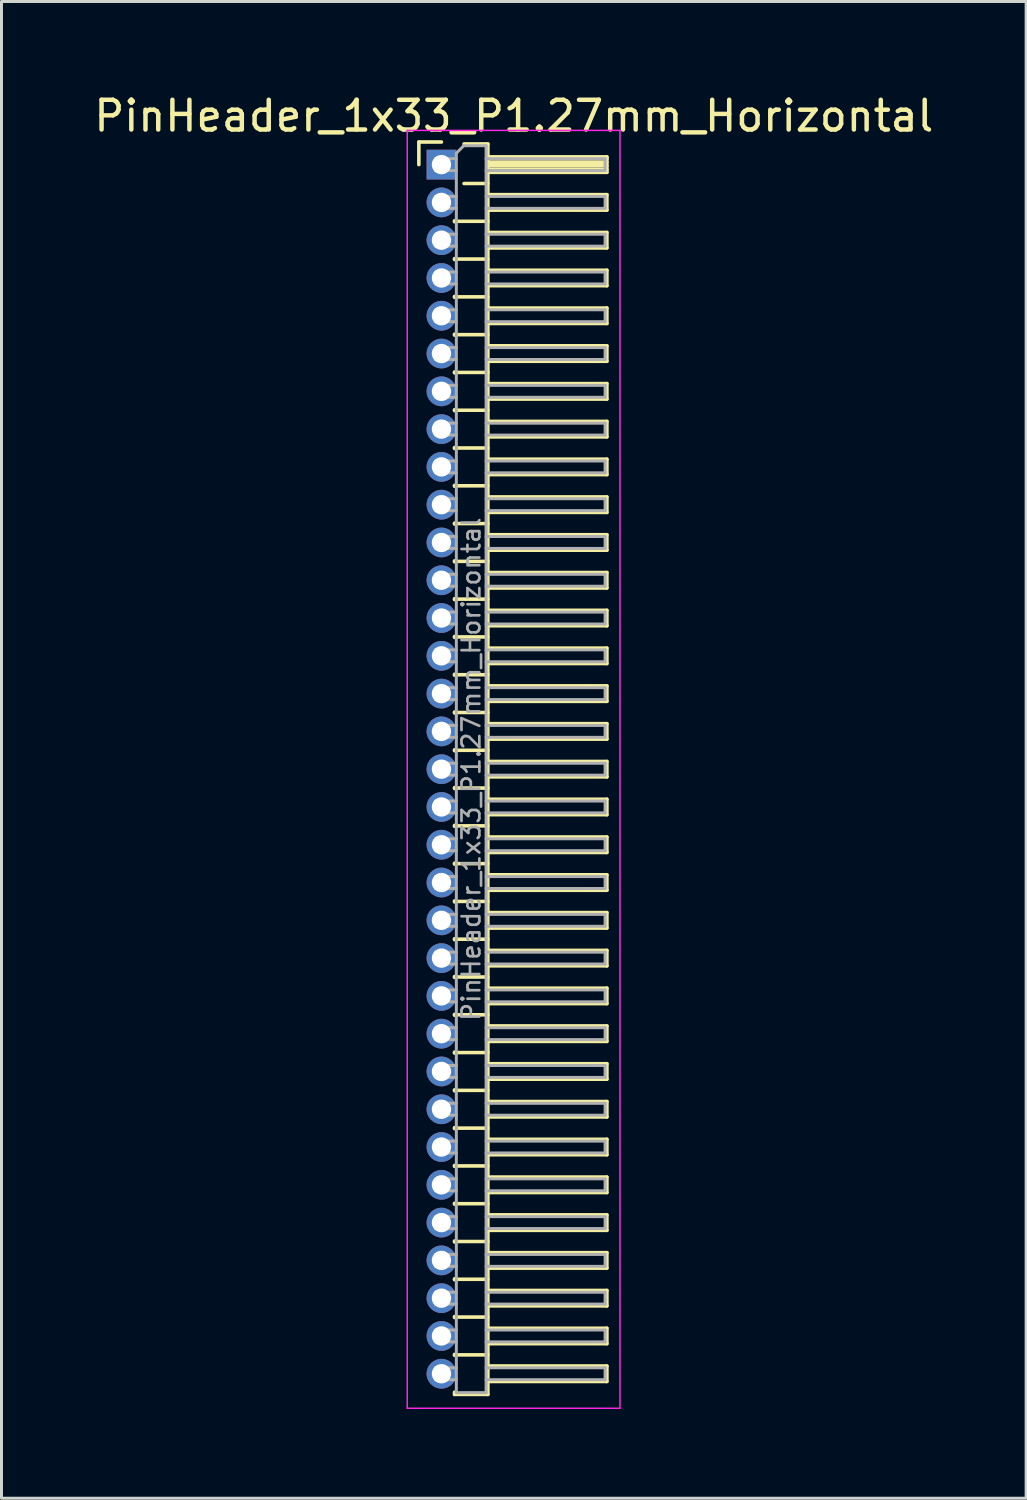
<source format=kicad_pcb>
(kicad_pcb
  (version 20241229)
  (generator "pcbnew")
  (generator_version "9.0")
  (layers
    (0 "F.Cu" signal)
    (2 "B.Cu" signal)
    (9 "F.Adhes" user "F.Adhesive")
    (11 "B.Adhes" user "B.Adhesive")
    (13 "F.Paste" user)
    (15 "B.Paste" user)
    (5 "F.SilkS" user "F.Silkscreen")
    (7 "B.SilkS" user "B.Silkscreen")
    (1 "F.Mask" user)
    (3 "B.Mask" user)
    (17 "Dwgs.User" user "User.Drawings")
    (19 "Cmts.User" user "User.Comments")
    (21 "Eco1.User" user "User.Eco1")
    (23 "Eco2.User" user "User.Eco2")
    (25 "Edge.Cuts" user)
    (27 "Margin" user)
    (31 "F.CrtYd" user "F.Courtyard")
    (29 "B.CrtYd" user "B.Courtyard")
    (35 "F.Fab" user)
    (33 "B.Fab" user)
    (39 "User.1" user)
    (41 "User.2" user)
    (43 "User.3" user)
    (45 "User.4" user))
  (footprint "PinHeader_1x33_P1.27mm_Horizontal"
    (layer "F.Cu")
    (at 11.788 2.483)
    (property "Reference" "PinHeader_1x33_P1.27mm_Horizontal" (at 2.433 -1.635 0) (layer "F.SilkS") (effects (font (size 1 1) (thickness 0.15))))
    (attr through_hole)
    (fp_line (start -0.76 -0.76) (end 0 -0.76) (stroke (width 0.12) (type solid)) (layer "F.SilkS"))
    (fp_line (start -0.76 0) (end -0.76 -0.76) (stroke (width 0.12) (type solid)) (layer "F.SilkS"))
    (fp_line (start 0.44 1.89) (end 0.44 1.92) (stroke (width 0.12) (type solid)) (layer "F.SilkS"))
    (fp_line (start 0.44 1.905) (end 1.56 1.905) (stroke (width 0.12) (type solid)) (layer "F.SilkS"))
    (fp_line (start 0.44 3.16) (end 0.44 3.19) (stroke (width 0.12) (type solid)) (layer "F.SilkS"))
    (fp_line (start 0.44 3.175) (end 1.56 3.175) (stroke (width 0.12) (type solid)) (layer "F.SilkS"))
    (fp_line (start 0.44 4.43) (end 0.44 4.46) (stroke (width 0.12) (type solid)) (layer "F.SilkS"))
    (fp_line (start 0.44 4.445) (end 1.56 4.445) (stroke (width 0.12) (type solid)) (layer "F.SilkS"))
    (fp_line (start 0.44 5.7) (end 0.44 5.73) (stroke (width 0.12) (type solid)) (layer "F.SilkS"))
    (fp_line (start 0.44 5.715) (end 1.56 5.715) (stroke (width 0.12) (type solid)) (layer "F.SilkS"))
    (fp_line (start 0.44 6.97) (end 0.44 7) (stroke (width 0.12) (type solid)) (layer "F.SilkS"))
    (fp_line (start 0.44 6.985) (end 1.56 6.985) (stroke (width 0.12) (type solid)) (layer "F.SilkS"))
    (fp_line (start 0.44 8.24) (end 0.44 8.27) (stroke (width 0.12) (type solid)) (layer "F.SilkS"))
    (fp_line (start 0.44 8.255) (end 1.56 8.255) (stroke (width 0.12) (type solid)) (layer "F.SilkS"))
    (fp_line (start 0.44 9.51) (end 0.44 9.54) (stroke (width 0.12) (type solid)) (layer "F.SilkS"))
    (fp_line (start 0.44 9.525) (end 1.56 9.525) (stroke (width 0.12) (type solid)) (layer "F.SilkS"))
    (fp_line (start 0.44 10.78) (end 0.44 10.81) (stroke (width 0.12) (type solid)) (layer "F.SilkS"))
    (fp_line (start 0.44 10.795) (end 1.56 10.795) (stroke (width 0.12) (type solid)) (layer "F.SilkS"))
    (fp_line (start 0.44 12.05) (end 0.44 12.08) (stroke (width 0.12) (type solid)) (layer "F.SilkS"))
    (fp_line (start 0.44 12.065) (end 1.56 12.065) (stroke (width 0.12) (type solid)) (layer "F.SilkS"))
    (fp_line (start 0.44 13.32) (end 0.44 13.35) (stroke (width 0.12) (type solid)) (layer "F.SilkS"))
    (fp_line (start 0.44 13.335) (end 1.56 13.335) (stroke (width 0.12) (type solid)) (layer "F.SilkS"))
    (fp_line (start 0.44 14.59) (end 0.44 14.62) (stroke (width 0.12) (type solid)) (layer "F.SilkS"))
    (fp_line (start 0.44 14.605) (end 1.56 14.605) (stroke (width 0.12) (type solid)) (layer "F.SilkS"))
    (fp_line (start 0.44 15.86) (end 0.44 15.89) (stroke (width 0.12) (type solid)) (layer "F.SilkS"))
    (fp_line (start 0.44 15.875) (end 1.56 15.875) (stroke (width 0.12) (type solid)) (layer "F.SilkS"))
    (fp_line (start 0.44 17.13) (end 0.44 17.16) (stroke (width 0.12) (type solid)) (layer "F.SilkS"))
    (fp_line (start 0.44 17.145) (end 1.56 17.145) (stroke (width 0.12) (type solid)) (layer "F.SilkS"))
    (fp_line (start 0.44 18.4) (end 0.44 18.43) (stroke (width 0.12) (type solid)) (layer "F.SilkS"))
    (fp_line (start 0.44 18.415) (end 1.56 18.415) (stroke (width 0.12) (type solid)) (layer "F.SilkS"))
    (fp_line (start 0.44 19.67) (end 0.44 19.7) (stroke (width 0.12) (type solid)) (layer "F.SilkS"))
    (fp_line (start 0.44 19.685) (end 1.56 19.685) (stroke (width 0.12) (type solid)) (layer "F.SilkS"))
    (fp_line (start 0.44 20.94) (end 0.44 20.97) (stroke (width 0.12) (type solid)) (layer "F.SilkS"))
    (fp_line (start 0.44 20.955) (end 1.56 20.955) (stroke (width 0.12) (type solid)) (layer "F.SilkS"))
    (fp_line (start 0.44 22.21) (end 0.44 22.24) (stroke (width 0.12) (type solid)) (layer "F.SilkS"))
    (fp_line (start 0.44 22.225) (end 1.56 22.225) (stroke (width 0.12) (type solid)) (layer "F.SilkS"))
    (fp_line (start 0.44 23.48) (end 0.44 23.51) (stroke (width 0.12) (type solid)) (layer "F.SilkS"))
    (fp_line (start 0.44 23.495) (end 1.56 23.495) (stroke (width 0.12) (type solid)) (layer "F.SilkS"))
    (fp_line (start 0.44 24.75) (end 0.44 24.78) (stroke (width 0.12) (type solid)) (layer "F.SilkS"))
    (fp_line (start 0.44 24.765) (end 1.56 24.765) (stroke (width 0.12) (type solid)) (layer "F.SilkS"))
    (fp_line (start 0.44 26.02) (end 0.44 26.05) (stroke (width 0.12) (type solid)) (layer "F.SilkS"))
    (fp_line (start 0.44 26.035) (end 1.56 26.035) (stroke (width 0.12) (type solid)) (layer "F.SilkS"))
    (fp_line (start 0.44 27.29) (end 0.44 27.32) (stroke (width 0.12) (type solid)) (layer "F.SilkS"))
    (fp_line (start 0.44 27.305) (end 1.56 27.305) (stroke (width 0.12) (type solid)) (layer "F.SilkS"))
    (fp_line (start 0.44 28.56) (end 0.44 28.59) (stroke (width 0.12) (type solid)) (layer "F.SilkS"))
    (fp_line (start 0.44 28.575) (end 1.56 28.575) (stroke (width 0.12) (type solid)) (layer "F.SilkS"))
    (fp_line (start 0.44 29.83) (end 0.44 29.86) (stroke (width 0.12) (type solid)) (layer "F.SilkS"))
    (fp_line (start 0.44 29.845) (end 1.56 29.845) (stroke (width 0.12) (type solid)) (layer "F.SilkS"))
    (fp_line (start 0.44 31.1) (end 0.44 31.13) (stroke (width 0.12) (type solid)) (layer "F.SilkS"))
    (fp_line (start 0.44 31.115) (end 1.56 31.115) (stroke (width 0.12) (type solid)) (layer "F.SilkS"))
    (fp_line (start 0.44 32.37) (end 0.44 32.4) (stroke (width 0.12) (type solid)) (layer "F.SilkS"))
    (fp_line (start 0.44 32.385) (end 1.56 32.385) (stroke (width 0.12) (type solid)) (layer "F.SilkS"))
    (fp_line (start 0.44 33.64) (end 0.44 33.67) (stroke (width 0.12) (type solid)) (layer "F.SilkS"))
    (fp_line (start 0.44 33.655) (end 1.56 33.655) (stroke (width 0.12) (type solid)) (layer "F.SilkS"))
    (fp_line (start 0.44 34.91) (end 0.44 34.94) (stroke (width 0.12) (type solid)) (layer "F.SilkS"))
    (fp_line (start 0.44 34.925) (end 1.56 34.925) (stroke (width 0.12) (type solid)) (layer "F.SilkS"))
    (fp_line (start 0.44 36.18) (end 0.44 36.21) (stroke (width 0.12) (type solid)) (layer "F.SilkS"))
    (fp_line (start 0.44 36.195) (end 1.56 36.195) (stroke (width 0.12) (type solid)) (layer "F.SilkS"))
    (fp_line (start 0.44 37.45) (end 0.44 37.48) (stroke (width 0.12) (type solid)) (layer "F.SilkS"))
    (fp_line (start 0.44 37.465) (end 1.56 37.465) (stroke (width 0.12) (type solid)) (layer "F.SilkS"))
    (fp_line (start 0.44 38.72) (end 0.44 38.75) (stroke (width 0.12) (type solid)) (layer "F.SilkS"))
    (fp_line (start 0.44 38.735) (end 1.56 38.735) (stroke (width 0.12) (type solid)) (layer "F.SilkS"))
    (fp_line (start 0.44 39.99) (end 0.44 40.02) (stroke (width 0.12) (type solid)) (layer "F.SilkS"))
    (fp_line (start 0.44 40.005) (end 1.56 40.005) (stroke (width 0.12) (type solid)) (layer "F.SilkS"))
    (fp_line (start 0.44 41.335) (end 0.44 41.26) (stroke (width 0.12) (type solid)) (layer "F.SilkS"))
    (fp_line (start 0.76 -0.695) (end 1.56 -0.695) (stroke (width 0.12) (type solid)) (layer "F.SilkS"))
    (fp_line (start 0.76 0.635) (end 1.56 0.635) (stroke (width 0.12) (type solid)) (layer "F.SilkS"))
    (fp_line (start 1.56 -0.695) (end 1.56 41.335) (stroke (width 0.12) (type solid)) (layer "F.SilkS"))
    (fp_line (start 1.56 -0.26) (end 5.56 -0.26) (stroke (width 0.12) (type solid)) (layer "F.SilkS"))
    (fp_line (start 1.56 -0.2) (end 5.56 -0.2) (stroke (width 0.12) (type solid)) (layer "F.SilkS"))
    (fp_line (start 1.56 -0.08) (end 5.56 -0.08) (stroke (width 0.12) (type solid)) (layer "F.SilkS"))
    (fp_line (start 1.56 0.04) (end 5.56 0.04) (stroke (width 0.12) (type solid)) (layer "F.SilkS"))
    (fp_line (start 1.56 0.16) (end 5.56 0.16) (stroke (width 0.12) (type solid)) (layer "F.SilkS"))
    (fp_line (start 1.56 1.01) (end 5.56 1.01) (stroke (width 0.12) (type solid)) (layer "F.SilkS"))
    (fp_line (start 1.56 2.28) (end 5.56 2.28) (stroke (width 0.12) (type solid)) (layer "F.SilkS"))
    (fp_line (start 1.56 3.55) (end 5.56 3.55) (stroke (width 0.12) (type solid)) (layer "F.SilkS"))
    (fp_line (start 1.56 4.82) (end 5.56 4.82) (stroke (width 0.12) (type solid)) (layer "F.SilkS"))
    (fp_line (start 1.56 6.09) (end 5.56 6.09) (stroke (width 0.12) (type solid)) (layer "F.SilkS"))
    (fp_line (start 1.56 7.36) (end 5.56 7.36) (stroke (width 0.12) (type solid)) (layer "F.SilkS"))
    (fp_line (start 1.56 8.63) (end 5.56 8.63) (stroke (width 0.12) (type solid)) (layer "F.SilkS"))
    (fp_line (start 1.56 9.9) (end 5.56 9.9) (stroke (width 0.12) (type solid)) (layer "F.SilkS"))
    (fp_line (start 1.56 11.17) (end 5.56 11.17) (stroke (width 0.12) (type solid)) (layer "F.SilkS"))
    (fp_line (start 1.56 12.44) (end 5.56 12.44) (stroke (width 0.12) (type solid)) (layer "F.SilkS"))
    (fp_line (start 1.56 13.71) (end 5.56 13.71) (stroke (width 0.12) (type solid)) (layer "F.SilkS"))
    (fp_line (start 1.56 14.98) (end 5.56 14.98) (stroke (width 0.12) (type solid)) (layer "F.SilkS"))
    (fp_line (start 1.56 16.25) (end 5.56 16.25) (stroke (width 0.12) (type solid)) (layer "F.SilkS"))
    (fp_line (start 1.56 17.52) (end 5.56 17.52) (stroke (width 0.12) (type solid)) (layer "F.SilkS"))
    (fp_line (start 1.56 18.79) (end 5.56 18.79) (stroke (width 0.12) (type solid)) (layer "F.SilkS"))
    (fp_line (start 1.56 20.06) (end 5.56 20.06) (stroke (width 0.12) (type solid)) (layer "F.SilkS"))
    (fp_line (start 1.56 21.33) (end 5.56 21.33) (stroke (width 0.12) (type solid)) (layer "F.SilkS"))
    (fp_line (start 1.56 22.6) (end 5.56 22.6) (stroke (width 0.12) (type solid)) (layer "F.SilkS"))
    (fp_line (start 1.56 23.87) (end 5.56 23.87) (stroke (width 0.12) (type solid)) (layer "F.SilkS"))
    (fp_line (start 1.56 25.14) (end 5.56 25.14) (stroke (width 0.12) (type solid)) (layer "F.SilkS"))
    (fp_line (start 1.56 26.41) (end 5.56 26.41) (stroke (width 0.12) (type solid)) (layer "F.SilkS"))
    (fp_line (start 1.56 27.68) (end 5.56 27.68) (stroke (width 0.12) (type solid)) (layer "F.SilkS"))
    (fp_line (start 1.56 28.95) (end 5.56 28.95) (stroke (width 0.12) (type solid)) (layer "F.SilkS"))
    (fp_line (start 1.56 30.22) (end 5.56 30.22) (stroke (width 0.12) (type solid)) (layer "F.SilkS"))
    (fp_line (start 1.56 31.49) (end 5.56 31.49) (stroke (width 0.12) (type solid)) (layer "F.SilkS"))
    (fp_line (start 1.56 32.76) (end 5.56 32.76) (stroke (width 0.12) (type solid)) (layer "F.SilkS"))
    (fp_line (start 1.56 34.03) (end 5.56 34.03) (stroke (width 0.12) (type solid)) (layer "F.SilkS"))
    (fp_line (start 1.56 35.3) (end 5.56 35.3) (stroke (width 0.12) (type solid)) (layer "F.SilkS"))
    (fp_line (start 1.56 36.57) (end 5.56 36.57) (stroke (width 0.12) (type solid)) (layer "F.SilkS"))
    (fp_line (start 1.56 37.84) (end 5.56 37.84) (stroke (width 0.12) (type solid)) (layer "F.SilkS"))
    (fp_line (start 1.56 39.11) (end 5.56 39.11) (stroke (width 0.12) (type solid)) (layer "F.SilkS"))
    (fp_line (start 1.56 40.38) (end 5.56 40.38) (stroke (width 0.12) (type solid)) (layer "F.SilkS"))
    (fp_line (start 1.56 41.335) (end 0.44 41.335) (stroke (width 0.12) (type solid)) (layer "F.SilkS"))
    (fp_line (start 5.56 -0.26) (end 5.56 0.26) (stroke (width 0.12) (type solid)) (layer "F.SilkS"))
    (fp_line (start 5.56 0.26) (end 1.56 0.26) (stroke (width 0.12) (type solid)) (layer "F.SilkS"))
    (fp_line (start 5.56 1.01) (end 5.56 1.53) (stroke (width 0.12) (type solid)) (layer "F.SilkS"))
    (fp_line (start 5.56 1.53) (end 1.56 1.53) (stroke (width 0.12) (type solid)) (layer "F.SilkS"))
    (fp_line (start 5.56 2.28) (end 5.56 2.8) (stroke (width 0.12) (type solid)) (layer "F.SilkS"))
    (fp_line (start 5.56 2.8) (end 1.56 2.8) (stroke (width 0.12) (type solid)) (layer "F.SilkS"))
    (fp_line (start 5.56 3.55) (end 5.56 4.07) (stroke (width 0.12) (type solid)) (layer "F.SilkS"))
    (fp_line (start 5.56 4.07) (end 1.56 4.07) (stroke (width 0.12) (type solid)) (layer "F.SilkS"))
    (fp_line (start 5.56 4.82) (end 5.56 5.34) (stroke (width 0.12) (type solid)) (layer "F.SilkS"))
    (fp_line (start 5.56 5.34) (end 1.56 5.34) (stroke (width 0.12) (type solid)) (layer "F.SilkS"))
    (fp_line (start 5.56 6.09) (end 5.56 6.61) (stroke (width 0.12) (type solid)) (layer "F.SilkS"))
    (fp_line (start 5.56 6.61) (end 1.56 6.61) (stroke (width 0.12) (type solid)) (layer "F.SilkS"))
    (fp_line (start 5.56 7.36) (end 5.56 7.88) (stroke (width 0.12) (type solid)) (layer "F.SilkS"))
    (fp_line (start 5.56 7.88) (end 1.56 7.88) (stroke (width 0.12) (type solid)) (layer "F.SilkS"))
    (fp_line (start 5.56 8.63) (end 5.56 9.15) (stroke (width 0.12) (type solid)) (layer "F.SilkS"))
    (fp_line (start 5.56 9.15) (end 1.56 9.15) (stroke (width 0.12) (type solid)) (layer "F.SilkS"))
    (fp_line (start 5.56 9.9) (end 5.56 10.42) (stroke (width 0.12) (type solid)) (layer "F.SilkS"))
    (fp_line (start 5.56 10.42) (end 1.56 10.42) (stroke (width 0.12) (type solid)) (layer "F.SilkS"))
    (fp_line (start 5.56 11.17) (end 5.56 11.69) (stroke (width 0.12) (type solid)) (layer "F.SilkS"))
    (fp_line (start 5.56 11.69) (end 1.56 11.69) (stroke (width 0.12) (type solid)) (layer "F.SilkS"))
    (fp_line (start 5.56 12.44) (end 5.56 12.96) (stroke (width 0.12) (type solid)) (layer "F.SilkS"))
    (fp_line (start 5.56 12.96) (end 1.56 12.96) (stroke (width 0.12) (type solid)) (layer "F.SilkS"))
    (fp_line (start 5.56 13.71) (end 5.56 14.23) (stroke (width 0.12) (type solid)) (layer "F.SilkS"))
    (fp_line (start 5.56 14.23) (end 1.56 14.23) (stroke (width 0.12) (type solid)) (layer "F.SilkS"))
    (fp_line (start 5.56 14.98) (end 5.56 15.5) (stroke (width 0.12) (type solid)) (layer "F.SilkS"))
    (fp_line (start 5.56 15.5) (end 1.56 15.5) (stroke (width 0.12) (type solid)) (layer "F.SilkS"))
    (fp_line (start 5.56 16.25) (end 5.56 16.77) (stroke (width 0.12) (type solid)) (layer "F.SilkS"))
    (fp_line (start 5.56 16.77) (end 1.56 16.77) (stroke (width 0.12) (type solid)) (layer "F.SilkS"))
    (fp_line (start 5.56 17.52) (end 5.56 18.04) (stroke (width 0.12) (type solid)) (layer "F.SilkS"))
    (fp_line (start 5.56 18.04) (end 1.56 18.04) (stroke (width 0.12) (type solid)) (layer "F.SilkS"))
    (fp_line (start 5.56 18.79) (end 5.56 19.31) (stroke (width 0.12) (type solid)) (layer "F.SilkS"))
    (fp_line (start 5.56 19.31) (end 1.56 19.31) (stroke (width 0.12) (type solid)) (layer "F.SilkS"))
    (fp_line (start 5.56 20.06) (end 5.56 20.58) (stroke (width 0.12) (type solid)) (layer "F.SilkS"))
    (fp_line (start 5.56 20.58) (end 1.56 20.58) (stroke (width 0.12) (type solid)) (layer "F.SilkS"))
    (fp_line (start 5.56 21.33) (end 5.56 21.85) (stroke (width 0.12) (type solid)) (layer "F.SilkS"))
    (fp_line (start 5.56 21.85) (end 1.56 21.85) (stroke (width 0.12) (type solid)) (layer "F.SilkS"))
    (fp_line (start 5.56 22.6) (end 5.56 23.12) (stroke (width 0.12) (type solid)) (layer "F.SilkS"))
    (fp_line (start 5.56 23.12) (end 1.56 23.12) (stroke (width 0.12) (type solid)) (layer "F.SilkS"))
    (fp_line (start 5.56 23.87) (end 5.56 24.39) (stroke (width 0.12) (type solid)) (layer "F.SilkS"))
    (fp_line (start 5.56 24.39) (end 1.56 24.39) (stroke (width 0.12) (type solid)) (layer "F.SilkS"))
    (fp_line (start 5.56 25.14) (end 5.56 25.66) (stroke (width 0.12) (type solid)) (layer "F.SilkS"))
    (fp_line (start 5.56 25.66) (end 1.56 25.66) (stroke (width 0.12) (type solid)) (layer "F.SilkS"))
    (fp_line (start 5.56 26.41) (end 5.56 26.93) (stroke (width 0.12) (type solid)) (layer "F.SilkS"))
    (fp_line (start 5.56 26.93) (end 1.56 26.93) (stroke (width 0.12) (type solid)) (layer "F.SilkS"))
    (fp_line (start 5.56 27.68) (end 5.56 28.2) (stroke (width 0.12) (type solid)) (layer "F.SilkS"))
    (fp_line (start 5.56 28.2) (end 1.56 28.2) (stroke (width 0.12) (type solid)) (layer "F.SilkS"))
    (fp_line (start 5.56 28.95) (end 5.56 29.47) (stroke (width 0.12) (type solid)) (layer "F.SilkS"))
    (fp_line (start 5.56 29.47) (end 1.56 29.47) (stroke (width 0.12) (type solid)) (layer "F.SilkS"))
    (fp_line (start 5.56 30.22) (end 5.56 30.74) (stroke (width 0.12) (type solid)) (layer "F.SilkS"))
    (fp_line (start 5.56 30.74) (end 1.56 30.74) (stroke (width 0.12) (type solid)) (layer "F.SilkS"))
    (fp_line (start 5.56 31.49) (end 5.56 32.01) (stroke (width 0.12) (type solid)) (layer "F.SilkS"))
    (fp_line (start 5.56 32.01) (end 1.56 32.01) (stroke (width 0.12) (type solid)) (layer "F.SilkS"))
    (fp_line (start 5.56 32.76) (end 5.56 33.28) (stroke (width 0.12) (type solid)) (layer "F.SilkS"))
    (fp_line (start 5.56 33.28) (end 1.56 33.28) (stroke (width 0.12) (type solid)) (layer "F.SilkS"))
    (fp_line (start 5.56 34.03) (end 5.56 34.55) (stroke (width 0.12) (type solid)) (layer "F.SilkS"))
    (fp_line (start 5.56 34.55) (end 1.56 34.55) (stroke (width 0.12) (type solid)) (layer "F.SilkS"))
    (fp_line (start 5.56 35.3) (end 5.56 35.82) (stroke (width 0.12) (type solid)) (layer "F.SilkS"))
    (fp_line (start 5.56 35.82) (end 1.56 35.82) (stroke (width 0.12) (type solid)) (layer "F.SilkS"))
    (fp_line (start 5.56 36.57) (end 5.56 37.09) (stroke (width 0.12) (type solid)) (layer "F.SilkS"))
    (fp_line (start 5.56 37.09) (end 1.56 37.09) (stroke (width 0.12) (type solid)) (layer "F.SilkS"))
    (fp_line (start 5.56 37.84) (end 5.56 38.36) (stroke (width 0.12) (type solid)) (layer "F.SilkS"))
    (fp_line (start 5.56 38.36) (end 1.56 38.36) (stroke (width 0.12) (type solid)) (layer "F.SilkS"))
    (fp_line (start 5.56 39.11) (end 5.56 39.63) (stroke (width 0.12) (type solid)) (layer "F.SilkS"))
    (fp_line (start 5.56 39.63) (end 1.56 39.63) (stroke (width 0.12) (type solid)) (layer "F.SilkS"))
    (fp_line (start 5.56 40.38) (end 5.56 40.9) (stroke (width 0.12) (type solid)) (layer "F.SilkS"))
    (fp_line (start 5.56 40.9) (end 1.56 40.9) (stroke (width 0.12) (type solid)) (layer "F.SilkS"))
    (fp_line (start -1.15 -1.15) (end -1.15 41.8) (stroke (width 0.05) (type solid)) (layer "F.CrtYd"))
    (fp_line (start -1.15 41.8) (end 6 41.8) (stroke (width 0.05) (type solid)) (layer "F.CrtYd"))
    (fp_line (start 6 -1.15) (end -1.15 -1.15) (stroke (width 0.05) (type solid)) (layer "F.CrtYd"))
    (fp_line (start 6 41.8) (end 6 -1.15) (stroke (width 0.05) (type solid)) (layer "F.CrtYd"))
    (fp_line (start -0.2 -0.2) (end -0.2 0.2) (stroke (width 0.1) (type solid)) (layer "F.Fab"))
    (fp_line (start -0.2 -0.2) (end 0.5 -0.2) (stroke (width 0.1) (type solid)) (layer "F.Fab"))
    (fp_line (start -0.2 0.2) (end 0.5 0.2) (stroke (width 0.1) (type solid)) (layer "F.Fab"))
    (fp_line (start -0.2 1.07) (end -0.2 1.47) (stroke (width 0.1) (type solid)) (layer "F.Fab"))
    (fp_line (start -0.2 1.07) (end 0.5 1.07) (stroke (width 0.1) (type solid)) (layer "F.Fab"))
    (fp_line (start -0.2 1.47) (end 0.5 1.47) (stroke (width 0.1) (type solid)) (layer "F.Fab"))
    (fp_line (start -0.2 2.34) (end -0.2 2.74) (stroke (width 0.1) (type solid)) (layer "F.Fab"))
    (fp_line (start -0.2 2.34) (end 0.5 2.34) (stroke (width 0.1) (type solid)) (layer "F.Fab"))
    (fp_line (start -0.2 2.74) (end 0.5 2.74) (stroke (width 0.1) (type solid)) (layer "F.Fab"))
    (fp_line (start -0.2 3.61) (end -0.2 4.01) (stroke (width 0.1) (type solid)) (layer "F.Fab"))
    (fp_line (start -0.2 3.61) (end 0.5 3.61) (stroke (width 0.1) (type solid)) (layer "F.Fab"))
    (fp_line (start -0.2 4.01) (end 0.5 4.01) (stroke (width 0.1) (type solid)) (layer "F.Fab"))
    (fp_line (start -0.2 4.88) (end -0.2 5.28) (stroke (width 0.1) (type solid)) (layer "F.Fab"))
    (fp_line (start -0.2 4.88) (end 0.5 4.88) (stroke (width 0.1) (type solid)) (layer "F.Fab"))
    (fp_line (start -0.2 5.28) (end 0.5 5.28) (stroke (width 0.1) (type solid)) (layer "F.Fab"))
    (fp_line (start -0.2 6.15) (end -0.2 6.55) (stroke (width 0.1) (type solid)) (layer "F.Fab"))
    (fp_line (start -0.2 6.15) (end 0.5 6.15) (stroke (width 0.1) (type solid)) (layer "F.Fab"))
    (fp_line (start -0.2 6.55) (end 0.5 6.55) (stroke (width 0.1) (type solid)) (layer "F.Fab"))
    (fp_line (start -0.2 7.42) (end -0.2 7.82) (stroke (width 0.1) (type solid)) (layer "F.Fab"))
    (fp_line (start -0.2 7.42) (end 0.5 7.42) (stroke (width 0.1) (type solid)) (layer "F.Fab"))
    (fp_line (start -0.2 7.82) (end 0.5 7.82) (stroke (width 0.1) (type solid)) (layer "F.Fab"))
    (fp_line (start -0.2 8.69) (end -0.2 9.09) (stroke (width 0.1) (type solid)) (layer "F.Fab"))
    (fp_line (start -0.2 8.69) (end 0.5 8.69) (stroke (width 0.1) (type solid)) (layer "F.Fab"))
    (fp_line (start -0.2 9.09) (end 0.5 9.09) (stroke (width 0.1) (type solid)) (layer "F.Fab"))
    (fp_line (start -0.2 9.96) (end -0.2 10.36) (stroke (width 0.1) (type solid)) (layer "F.Fab"))
    (fp_line (start -0.2 9.96) (end 0.5 9.96) (stroke (width 0.1) (type solid)) (layer "F.Fab"))
    (fp_line (start -0.2 10.36) (end 0.5 10.36) (stroke (width 0.1) (type solid)) (layer "F.Fab"))
    (fp_line (start -0.2 11.23) (end -0.2 11.63) (stroke (width 0.1) (type solid)) (layer "F.Fab"))
    (fp_line (start -0.2 11.23) (end 0.5 11.23) (stroke (width 0.1) (type solid)) (layer "F.Fab"))
    (fp_line (start -0.2 11.63) (end 0.5 11.63) (stroke (width 0.1) (type solid)) (layer "F.Fab"))
    (fp_line (start -0.2 12.5) (end -0.2 12.9) (stroke (width 0.1) (type solid)) (layer "F.Fab"))
    (fp_line (start -0.2 12.5) (end 0.5 12.5) (stroke (width 0.1) (type solid)) (layer "F.Fab"))
    (fp_line (start -0.2 12.9) (end 0.5 12.9) (stroke (width 0.1) (type solid)) (layer "F.Fab"))
    (fp_line (start -0.2 13.77) (end -0.2 14.17) (stroke (width 0.1) (type solid)) (layer "F.Fab"))
    (fp_line (start -0.2 13.77) (end 0.5 13.77) (stroke (width 0.1) (type solid)) (layer "F.Fab"))
    (fp_line (start -0.2 14.17) (end 0.5 14.17) (stroke (width 0.1) (type solid)) (layer "F.Fab"))
    (fp_line (start -0.2 15.04) (end -0.2 15.44) (stroke (width 0.1) (type solid)) (layer "F.Fab"))
    (fp_line (start -0.2 15.04) (end 0.5 15.04) (stroke (width 0.1) (type solid)) (layer "F.Fab"))
    (fp_line (start -0.2 15.44) (end 0.5 15.44) (stroke (width 0.1) (type solid)) (layer "F.Fab"))
    (fp_line (start -0.2 16.31) (end -0.2 16.71) (stroke (width 0.1) (type solid)) (layer "F.Fab"))
    (fp_line (start -0.2 16.31) (end 0.5 16.31) (stroke (width 0.1) (type solid)) (layer "F.Fab"))
    (fp_line (start -0.2 16.71) (end 0.5 16.71) (stroke (width 0.1) (type solid)) (layer "F.Fab"))
    (fp_line (start -0.2 17.58) (end -0.2 17.98) (stroke (width 0.1) (type solid)) (layer "F.Fab"))
    (fp_line (start -0.2 17.58) (end 0.5 17.58) (stroke (width 0.1) (type solid)) (layer "F.Fab"))
    (fp_line (start -0.2 17.98) (end 0.5 17.98) (stroke (width 0.1) (type solid)) (layer "F.Fab"))
    (fp_line (start -0.2 18.85) (end -0.2 19.25) (stroke (width 0.1) (type solid)) (layer "F.Fab"))
    (fp_line (start -0.2 18.85) (end 0.5 18.85) (stroke (width 0.1) (type solid)) (layer "F.Fab"))
    (fp_line (start -0.2 19.25) (end 0.5 19.25) (stroke (width 0.1) (type solid)) (layer "F.Fab"))
    (fp_line (start -0.2 20.12) (end -0.2 20.52) (stroke (width 0.1) (type solid)) (layer "F.Fab"))
    (fp_line (start -0.2 20.12) (end 0.5 20.12) (stroke (width 0.1) (type solid)) (layer "F.Fab"))
    (fp_line (start -0.2 20.52) (end 0.5 20.52) (stroke (width 0.1) (type solid)) (layer "F.Fab"))
    (fp_line (start -0.2 21.39) (end -0.2 21.79) (stroke (width 0.1) (type solid)) (layer "F.Fab"))
    (fp_line (start -0.2 21.39) (end 0.5 21.39) (stroke (width 0.1) (type solid)) (layer "F.Fab"))
    (fp_line (start -0.2 21.79) (end 0.5 21.79) (stroke (width 0.1) (type solid)) (layer "F.Fab"))
    (fp_line (start -0.2 22.66) (end -0.2 23.06) (stroke (width 0.1) (type solid)) (layer "F.Fab"))
    (fp_line (start -0.2 22.66) (end 0.5 22.66) (stroke (width 0.1) (type solid)) (layer "F.Fab"))
    (fp_line (start -0.2 23.06) (end 0.5 23.06) (stroke (width 0.1) (type solid)) (layer "F.Fab"))
    (fp_line (start -0.2 23.93) (end -0.2 24.33) (stroke (width 0.1) (type solid)) (layer "F.Fab"))
    (fp_line (start -0.2 23.93) (end 0.5 23.93) (stroke (width 0.1) (type solid)) (layer "F.Fab"))
    (fp_line (start -0.2 24.33) (end 0.5 24.33) (stroke (width 0.1) (type solid)) (layer "F.Fab"))
    (fp_line (start -0.2 25.2) (end -0.2 25.6) (stroke (width 0.1) (type solid)) (layer "F.Fab"))
    (fp_line (start -0.2 25.2) (end 0.5 25.2) (stroke (width 0.1) (type solid)) (layer "F.Fab"))
    (fp_line (start -0.2 25.6) (end 0.5 25.6) (stroke (width 0.1) (type solid)) (layer "F.Fab"))
    (fp_line (start -0.2 26.47) (end -0.2 26.87) (stroke (width 0.1) (type solid)) (layer "F.Fab"))
    (fp_line (start -0.2 26.47) (end 0.5 26.47) (stroke (width 0.1) (type solid)) (layer "F.Fab"))
    (fp_line (start -0.2 26.87) (end 0.5 26.87) (stroke (width 0.1) (type solid)) (layer "F.Fab"))
    (fp_line (start -0.2 27.74) (end -0.2 28.14) (stroke (width 0.1) (type solid)) (layer "F.Fab"))
    (fp_line (start -0.2 27.74) (end 0.5 27.74) (stroke (width 0.1) (type solid)) (layer "F.Fab"))
    (fp_line (start -0.2 28.14) (end 0.5 28.14) (stroke (width 0.1) (type solid)) (layer "F.Fab"))
    (fp_line (start -0.2 29.01) (end -0.2 29.41) (stroke (width 0.1) (type solid)) (layer "F.Fab"))
    (fp_line (start -0.2 29.01) (end 0.5 29.01) (stroke (width 0.1) (type solid)) (layer "F.Fab"))
    (fp_line (start -0.2 29.41) (end 0.5 29.41) (stroke (width 0.1) (type solid)) (layer "F.Fab"))
    (fp_line (start -0.2 30.28) (end -0.2 30.68) (stroke (width 0.1) (type solid)) (layer "F.Fab"))
    (fp_line (start -0.2 30.28) (end 0.5 30.28) (stroke (width 0.1) (type solid)) (layer "F.Fab"))
    (fp_line (start -0.2 30.68) (end 0.5 30.68) (stroke (width 0.1) (type solid)) (layer "F.Fab"))
    (fp_line (start -0.2 31.55) (end -0.2 31.95) (stroke (width 0.1) (type solid)) (layer "F.Fab"))
    (fp_line (start -0.2 31.55) (end 0.5 31.55) (stroke (width 0.1) (type solid)) (layer "F.Fab"))
    (fp_line (start -0.2 31.95) (end 0.5 31.95) (stroke (width 0.1) (type solid)) (layer "F.Fab"))
    (fp_line (start -0.2 32.82) (end -0.2 33.22) (stroke (width 0.1) (type solid)) (layer "F.Fab"))
    (fp_line (start -0.2 32.82) (end 0.5 32.82) (stroke (width 0.1) (type solid)) (layer "F.Fab"))
    (fp_line (start -0.2 33.22) (end 0.5 33.22) (stroke (width 0.1) (type solid)) (layer "F.Fab"))
    (fp_line (start -0.2 34.09) (end -0.2 34.49) (stroke (width 0.1) (type solid)) (layer "F.Fab"))
    (fp_line (start -0.2 34.09) (end 0.5 34.09) (stroke (width 0.1) (type solid)) (layer "F.Fab"))
    (fp_line (start -0.2 34.49) (end 0.5 34.49) (stroke (width 0.1) (type solid)) (layer "F.Fab"))
    (fp_line (start -0.2 35.36) (end -0.2 35.76) (stroke (width 0.1) (type solid)) (layer "F.Fab"))
    (fp_line (start -0.2 35.36) (end 0.5 35.36) (stroke (width 0.1) (type solid)) (layer "F.Fab"))
    (fp_line (start -0.2 35.76) (end 0.5 35.76) (stroke (width 0.1) (type solid)) (layer "F.Fab"))
    (fp_line (start -0.2 36.63) (end -0.2 37.03) (stroke (width 0.1) (type solid)) (layer "F.Fab"))
    (fp_line (start -0.2 36.63) (end 0.5 36.63) (stroke (width 0.1) (type solid)) (layer "F.Fab"))
    (fp_line (start -0.2 37.03) (end 0.5 37.03) (stroke (width 0.1) (type solid)) (layer "F.Fab"))
    (fp_line (start -0.2 37.9) (end -0.2 38.3) (stroke (width 0.1) (type solid)) (layer "F.Fab"))
    (fp_line (start -0.2 37.9) (end 0.5 37.9) (stroke (width 0.1) (type solid)) (layer "F.Fab"))
    (fp_line (start -0.2 38.3) (end 0.5 38.3) (stroke (width 0.1) (type solid)) (layer "F.Fab"))
    (fp_line (start -0.2 39.17) (end -0.2 39.57) (stroke (width 0.1) (type solid)) (layer "F.Fab"))
    (fp_line (start -0.2 39.17) (end 0.5 39.17) (stroke (width 0.1) (type solid)) (layer "F.Fab"))
    (fp_line (start -0.2 39.57) (end 0.5 39.57) (stroke (width 0.1) (type solid)) (layer "F.Fab"))
    (fp_line (start -0.2 40.44) (end -0.2 40.84) (stroke (width 0.1) (type solid)) (layer "F.Fab"))
    (fp_line (start -0.2 40.44) (end 0.5 40.44) (stroke (width 0.1) (type solid)) (layer "F.Fab"))
    (fp_line (start -0.2 40.84) (end 0.5 40.84) (stroke (width 0.1) (type solid)) (layer "F.Fab"))
    (fp_line (start 0.5 -0.385) (end 0.75 -0.635) (stroke (width 0.1) (type solid)) (layer "F.Fab"))
    (fp_line (start 0.5 41.275) (end 0.5 -0.385) (stroke (width 0.1) (type solid)) (layer "F.Fab"))
    (fp_line (start 0.75 -0.635) (end 1.5 -0.635) (stroke (width 0.1) (type solid)) (layer "F.Fab"))
    (fp_line (start 1.5 -0.635) (end 1.5 41.275) (stroke (width 0.1) (type solid)) (layer "F.Fab"))
    (fp_line (start 1.5 -0.2) (end 5.5 -0.2) (stroke (width 0.1) (type solid)) (layer "F.Fab"))
    (fp_line (start 1.5 0.2) (end 5.5 0.2) (stroke (width 0.1) (type solid)) (layer "F.Fab"))
    (fp_line (start 1.5 1.07) (end 5.5 1.07) (stroke (width 0.1) (type solid)) (layer "F.Fab"))
    (fp_line (start 1.5 1.47) (end 5.5 1.47) (stroke (width 0.1) (type solid)) (layer "F.Fab"))
    (fp_line (start 1.5 2.34) (end 5.5 2.34) (stroke (width 0.1) (type solid)) (layer "F.Fab"))
    (fp_line (start 1.5 2.74) (end 5.5 2.74) (stroke (width 0.1) (type solid)) (layer "F.Fab"))
    (fp_line (start 1.5 3.61) (end 5.5 3.61) (stroke (width 0.1) (type solid)) (layer "F.Fab"))
    (fp_line (start 1.5 4.01) (end 5.5 4.01) (stroke (width 0.1) (type solid)) (layer "F.Fab"))
    (fp_line (start 1.5 4.88) (end 5.5 4.88) (stroke (width 0.1) (type solid)) (layer "F.Fab"))
    (fp_line (start 1.5 5.28) (end 5.5 5.28) (stroke (width 0.1) (type solid)) (layer "F.Fab"))
    (fp_line (start 1.5 6.15) (end 5.5 6.15) (stroke (width 0.1) (type solid)) (layer "F.Fab"))
    (fp_line (start 1.5 6.55) (end 5.5 6.55) (stroke (width 0.1) (type solid)) (layer "F.Fab"))
    (fp_line (start 1.5 7.42) (end 5.5 7.42) (stroke (width 0.1) (type solid)) (layer "F.Fab"))
    (fp_line (start 1.5 7.82) (end 5.5 7.82) (stroke (width 0.1) (type solid)) (layer "F.Fab"))
    (fp_line (start 1.5 8.69) (end 5.5 8.69) (stroke (width 0.1) (type solid)) (layer "F.Fab"))
    (fp_line (start 1.5 9.09) (end 5.5 9.09) (stroke (width 0.1) (type solid)) (layer "F.Fab"))
    (fp_line (start 1.5 9.96) (end 5.5 9.96) (stroke (width 0.1) (type solid)) (layer "F.Fab"))
    (fp_line (start 1.5 10.36) (end 5.5 10.36) (stroke (width 0.1) (type solid)) (layer "F.Fab"))
    (fp_line (start 1.5 11.23) (end 5.5 11.23) (stroke (width 0.1) (type solid)) (layer "F.Fab"))
    (fp_line (start 1.5 11.63) (end 5.5 11.63) (stroke (width 0.1) (type solid)) (layer "F.Fab"))
    (fp_line (start 1.5 12.5) (end 5.5 12.5) (stroke (width 0.1) (type solid)) (layer "F.Fab"))
    (fp_line (start 1.5 12.9) (end 5.5 12.9) (stroke (width 0.1) (type solid)) (layer "F.Fab"))
    (fp_line (start 1.5 13.77) (end 5.5 13.77) (stroke (width 0.1) (type solid)) (layer "F.Fab"))
    (fp_line (start 1.5 14.17) (end 5.5 14.17) (stroke (width 0.1) (type solid)) (layer "F.Fab"))
    (fp_line (start 1.5 15.04) (end 5.5 15.04) (stroke (width 0.1) (type solid)) (layer "F.Fab"))
    (fp_line (start 1.5 15.44) (end 5.5 15.44) (stroke (width 0.1) (type solid)) (layer "F.Fab"))
    (fp_line (start 1.5 16.31) (end 5.5 16.31) (stroke (width 0.1) (type solid)) (layer "F.Fab"))
    (fp_line (start 1.5 16.71) (end 5.5 16.71) (stroke (width 0.1) (type solid)) (layer "F.Fab"))
    (fp_line (start 1.5 17.58) (end 5.5 17.58) (stroke (width 0.1) (type solid)) (layer "F.Fab"))
    (fp_line (start 1.5 17.98) (end 5.5 17.98) (stroke (width 0.1) (type solid)) (layer "F.Fab"))
    (fp_line (start 1.5 18.85) (end 5.5 18.85) (stroke (width 0.1) (type solid)) (layer "F.Fab"))
    (fp_line (start 1.5 19.25) (end 5.5 19.25) (stroke (width 0.1) (type solid)) (layer "F.Fab"))
    (fp_line (start 1.5 20.12) (end 5.5 20.12) (stroke (width 0.1) (type solid)) (layer "F.Fab"))
    (fp_line (start 1.5 20.52) (end 5.5 20.52) (stroke (width 0.1) (type solid)) (layer "F.Fab"))
    (fp_line (start 1.5 21.39) (end 5.5 21.39) (stroke (width 0.1) (type solid)) (layer "F.Fab"))
    (fp_line (start 1.5 21.79) (end 5.5 21.79) (stroke (width 0.1) (type solid)) (layer "F.Fab"))
    (fp_line (start 1.5 22.66) (end 5.5 22.66) (stroke (width 0.1) (type solid)) (layer "F.Fab"))
    (fp_line (start 1.5 23.06) (end 5.5 23.06) (stroke (width 0.1) (type solid)) (layer "F.Fab"))
    (fp_line (start 1.5 23.93) (end 5.5 23.93) (stroke (width 0.1) (type solid)) (layer "F.Fab"))
    (fp_line (start 1.5 24.33) (end 5.5 24.33) (stroke (width 0.1) (type solid)) (layer "F.Fab"))
    (fp_line (start 1.5 25.2) (end 5.5 25.2) (stroke (width 0.1) (type solid)) (layer "F.Fab"))
    (fp_line (start 1.5 25.6) (end 5.5 25.6) (stroke (width 0.1) (type solid)) (layer "F.Fab"))
    (fp_line (start 1.5 26.47) (end 5.5 26.47) (stroke (width 0.1) (type solid)) (layer "F.Fab"))
    (fp_line (start 1.5 26.87) (end 5.5 26.87) (stroke (width 0.1) (type solid)) (layer "F.Fab"))
    (fp_line (start 1.5 27.74) (end 5.5 27.74) (stroke (width 0.1) (type solid)) (layer "F.Fab"))
    (fp_line (start 1.5 28.14) (end 5.5 28.14) (stroke (width 0.1) (type solid)) (layer "F.Fab"))
    (fp_line (start 1.5 29.01) (end 5.5 29.01) (stroke (width 0.1) (type solid)) (layer "F.Fab"))
    (fp_line (start 1.5 29.41) (end 5.5 29.41) (stroke (width 0.1) (type solid)) (layer "F.Fab"))
    (fp_line (start 1.5 30.28) (end 5.5 30.28) (stroke (width 0.1) (type solid)) (layer "F.Fab"))
    (fp_line (start 1.5 30.68) (end 5.5 30.68) (stroke (width 0.1) (type solid)) (layer "F.Fab"))
    (fp_line (start 1.5 31.55) (end 5.5 31.55) (stroke (width 0.1) (type solid)) (layer "F.Fab"))
    (fp_line (start 1.5 31.95) (end 5.5 31.95) (stroke (width 0.1) (type solid)) (layer "F.Fab"))
    (fp_line (start 1.5 32.82) (end 5.5 32.82) (stroke (width 0.1) (type solid)) (layer "F.Fab"))
    (fp_line (start 1.5 33.22) (end 5.5 33.22) (stroke (width 0.1) (type solid)) (layer "F.Fab"))
    (fp_line (start 1.5 34.09) (end 5.5 34.09) (stroke (width 0.1) (type solid)) (layer "F.Fab"))
    (fp_line (start 1.5 34.49) (end 5.5 34.49) (stroke (width 0.1) (type solid)) (layer "F.Fab"))
    (fp_line (start 1.5 35.36) (end 5.5 35.36) (stroke (width 0.1) (type solid)) (layer "F.Fab"))
    (fp_line (start 1.5 35.76) (end 5.5 35.76) (stroke (width 0.1) (type solid)) (layer "F.Fab"))
    (fp_line (start 1.5 36.63) (end 5.5 36.63) (stroke (width 0.1) (type solid)) (layer "F.Fab"))
    (fp_line (start 1.5 37.03) (end 5.5 37.03) (stroke (width 0.1) (type solid)) (layer "F.Fab"))
    (fp_line (start 1.5 37.9) (end 5.5 37.9) (stroke (width 0.1) (type solid)) (layer "F.Fab"))
    (fp_line (start 1.5 38.3) (end 5.5 38.3) (stroke (width 0.1) (type solid)) (layer "F.Fab"))
    (fp_line (start 1.5 39.17) (end 5.5 39.17) (stroke (width 0.1) (type solid)) (layer "F.Fab"))
    (fp_line (start 1.5 39.57) (end 5.5 39.57) (stroke (width 0.1) (type solid)) (layer "F.Fab"))
    (fp_line (start 1.5 40.44) (end 5.5 40.44) (stroke (width 0.1) (type solid)) (layer "F.Fab"))
    (fp_line (start 1.5 40.84) (end 5.5 40.84) (stroke (width 0.1) (type solid)) (layer "F.Fab"))
    (fp_line (start 1.5 41.275) (end 0.5 41.275) (stroke (width 0.1) (type solid)) (layer "F.Fab"))
    (fp_line (start 5.5 -0.2) (end 5.5 0.2) (stroke (width 0.1) (type solid)) (layer "F.Fab"))
    (fp_line (start 5.5 1.07) (end 5.5 1.47) (stroke (width 0.1) (type solid)) (layer "F.Fab"))
    (fp_line (start 5.5 2.34) (end 5.5 2.74) (stroke (width 0.1) (type solid)) (layer "F.Fab"))
    (fp_line (start 5.5 3.61) (end 5.5 4.01) (stroke (width 0.1) (type solid)) (layer "F.Fab"))
    (fp_line (start 5.5 4.88) (end 5.5 5.28) (stroke (width 0.1) (type solid)) (layer "F.Fab"))
    (fp_line (start 5.5 6.15) (end 5.5 6.55) (stroke (width 0.1) (type solid)) (layer "F.Fab"))
    (fp_line (start 5.5 7.42) (end 5.5 7.82) (stroke (width 0.1) (type solid)) (layer "F.Fab"))
    (fp_line (start 5.5 8.69) (end 5.5 9.09) (stroke (width 0.1) (type solid)) (layer "F.Fab"))
    (fp_line (start 5.5 9.96) (end 5.5 10.36) (stroke (width 0.1) (type solid)) (layer "F.Fab"))
    (fp_line (start 5.5 11.23) (end 5.5 11.63) (stroke (width 0.1) (type solid)) (layer "F.Fab"))
    (fp_line (start 5.5 12.5) (end 5.5 12.9) (stroke (width 0.1) (type solid)) (layer "F.Fab"))
    (fp_line (start 5.5 13.77) (end 5.5 14.17) (stroke (width 0.1) (type solid)) (layer "F.Fab"))
    (fp_line (start 5.5 15.04) (end 5.5 15.44) (stroke (width 0.1) (type solid)) (layer "F.Fab"))
    (fp_line (start 5.5 16.31) (end 5.5 16.71) (stroke (width 0.1) (type solid)) (layer "F.Fab"))
    (fp_line (start 5.5 17.58) (end 5.5 17.98) (stroke (width 0.1) (type solid)) (layer "F.Fab"))
    (fp_line (start 5.5 18.85) (end 5.5 19.25) (stroke (width 0.1) (type solid)) (layer "F.Fab"))
    (fp_line (start 5.5 20.12) (end 5.5 20.52) (stroke (width 0.1) (type solid)) (layer "F.Fab"))
    (fp_line (start 5.5 21.39) (end 5.5 21.79) (stroke (width 0.1) (type solid)) (layer "F.Fab"))
    (fp_line (start 5.5 22.66) (end 5.5 23.06) (stroke (width 0.1) (type solid)) (layer "F.Fab"))
    (fp_line (start 5.5 23.93) (end 5.5 24.33) (stroke (width 0.1) (type solid)) (layer "F.Fab"))
    (fp_line (start 5.5 25.2) (end 5.5 25.6) (stroke (width 0.1) (type solid)) (layer "F.Fab"))
    (fp_line (start 5.5 26.47) (end 5.5 26.87) (stroke (width 0.1) (type solid)) (layer "F.Fab"))
    (fp_line (start 5.5 27.74) (end 5.5 28.14) (stroke (width 0.1) (type solid)) (layer "F.Fab"))
    (fp_line (start 5.5 29.01) (end 5.5 29.41) (stroke (width 0.1) (type solid)) (layer "F.Fab"))
    (fp_line (start 5.5 30.28) (end 5.5 30.68) (stroke (width 0.1) (type solid)) (layer "F.Fab"))
    (fp_line (start 5.5 31.55) (end 5.5 31.95) (stroke (width 0.1) (type solid)) (layer "F.Fab"))
    (fp_line (start 5.5 32.82) (end 5.5 33.22) (stroke (width 0.1) (type solid)) (layer "F.Fab"))
    (fp_line (start 5.5 34.09) (end 5.5 34.49) (stroke (width 0.1) (type solid)) (layer "F.Fab"))
    (fp_line (start 5.5 35.36) (end 5.5 35.76) (stroke (width 0.1) (type solid)) (layer "F.Fab"))
    (fp_line (start 5.5 36.63) (end 5.5 37.03) (stroke (width 0.1) (type solid)) (layer "F.Fab"))
    (fp_line (start 5.5 37.9) (end 5.5 38.3) (stroke (width 0.1) (type solid)) (layer "F.Fab"))
    (fp_line (start 5.5 39.17) (end 5.5 39.57) (stroke (width 0.1) (type solid)) (layer "F.Fab"))
    (fp_line (start 5.5 40.44) (end 5.5 40.84) (stroke (width 0.1) (type solid)) (layer "F.Fab"))
    (fp_text user "${REFERENCE}" (at 1 20.32 90) (layer "F.Fab") (effects (font (size 0.6 0.6) (thickness 0.09))))
    (pad "1" thru_hole rect (at 0 0) (size 1 1) (drill 0.65) (layers "*.Cu" "*.Mask"))
    (pad "2" thru_hole oval (at 0 1.27) (size 1 1) (drill 0.65) (layers "*.Cu" "*.Mask"))
    (pad "3" thru_hole oval (at 0 2.54) (size 1 1) (drill 0.65) (layers "*.Cu" "*.Mask"))
    (pad "4" thru_hole oval (at 0 3.81) (size 1 1) (drill 0.65) (layers "*.Cu" "*.Mask"))
    (pad "5" thru_hole oval (at 0 5.08) (size 1 1) (drill 0.65) (layers "*.Cu" "*.Mask"))
    (pad "6" thru_hole oval (at 0 6.35) (size 1 1) (drill 0.65) (layers "*.Cu" "*.Mask"))
    (pad "7" thru_hole oval (at 0 7.62) (size 1 1) (drill 0.65) (layers "*.Cu" "*.Mask"))
    (pad "8" thru_hole oval (at 0 8.89) (size 1 1) (drill 0.65) (layers "*.Cu" "*.Mask"))
    (pad "9" thru_hole oval (at 0 10.16) (size 1 1) (drill 0.65) (layers "*.Cu" "*.Mask"))
    (pad "10" thru_hole oval (at 0 11.43) (size 1 1) (drill 0.65) (layers "*.Cu" "*.Mask"))
    (pad "11" thru_hole oval (at 0 12.7) (size 1 1) (drill 0.65) (layers "*.Cu" "*.Mask"))
    (pad "12" thru_hole oval (at 0 13.97) (size 1 1) (drill 0.65) (layers "*.Cu" "*.Mask"))
    (pad "13" thru_hole oval (at 0 15.24) (size 1 1) (drill 0.65) (layers "*.Cu" "*.Mask"))
    (pad "14" thru_hole oval (at 0 16.51) (size 1 1) (drill 0.65) (layers "*.Cu" "*.Mask"))
    (pad "15" thru_hole oval (at 0 17.78) (size 1 1) (drill 0.65) (layers "*.Cu" "*.Mask"))
    (pad "16" thru_hole oval (at 0 19.05) (size 1 1) (drill 0.65) (layers "*.Cu" "*.Mask"))
    (pad "17" thru_hole oval (at 0 20.32) (size 1 1) (drill 0.65) (layers "*.Cu" "*.Mask"))
    (pad "18" thru_hole oval (at 0 21.59) (size 1 1) (drill 0.65) (layers "*.Cu" "*.Mask"))
    (pad "19" thru_hole oval (at 0 22.86) (size 1 1) (drill 0.65) (layers "*.Cu" "*.Mask"))
    (pad "20" thru_hole oval (at 0 24.13) (size 1 1) (drill 0.65) (layers "*.Cu" "*.Mask"))
    (pad "21" thru_hole oval (at 0 25.4) (size 1 1) (drill 0.65) (layers "*.Cu" "*.Mask"))
    (pad "22" thru_hole oval (at 0 26.67) (size 1 1) (drill 0.65) (layers "*.Cu" "*.Mask"))
    (pad "23" thru_hole oval (at 0 27.94) (size 1 1) (drill 0.65) (layers "*.Cu" "*.Mask"))
    (pad "24" thru_hole oval (at 0 29.21) (size 1 1) (drill 0.65) (layers "*.Cu" "*.Mask"))
    (pad "25" thru_hole oval (at 0 30.48) (size 1 1) (drill 0.65) (layers "*.Cu" "*.Mask"))
    (pad "26" thru_hole oval (at 0 31.75) (size 1 1) (drill 0.65) (layers "*.Cu" "*.Mask"))
    (pad "27" thru_hole oval (at 0 33.02) (size 1 1) (drill 0.65) (layers "*.Cu" "*.Mask"))
    (pad "28" thru_hole oval (at 0 34.29) (size 1 1) (drill 0.65) (layers "*.Cu" "*.Mask"))
    (pad "29" thru_hole oval (at 0 35.56) (size 1 1) (drill 0.65) (layers "*.Cu" "*.Mask"))
    (pad "30" thru_hole oval (at 0 36.83) (size 1 1) (drill 0.65) (layers "*.Cu" "*.Mask"))
    (pad "31" thru_hole oval (at 0 38.1) (size 1 1) (drill 0.65) (layers "*.Cu" "*.Mask"))
    (pad "32" thru_hole oval (at 0 39.37) (size 1 1) (drill 0.65) (layers "*.Cu" "*.Mask"))
    (pad "33" thru_hole oval (at 0 40.64) (size 1 1) (drill 0.65) (layers "*.Cu" "*.Mask")))
  (gr_rect
    (start -3 -3)
    (end 31.44 47.308)
    (stroke (width 0.1) (type default))
    (fill no)
    (layer "Edge.Cuts")))
</source>
